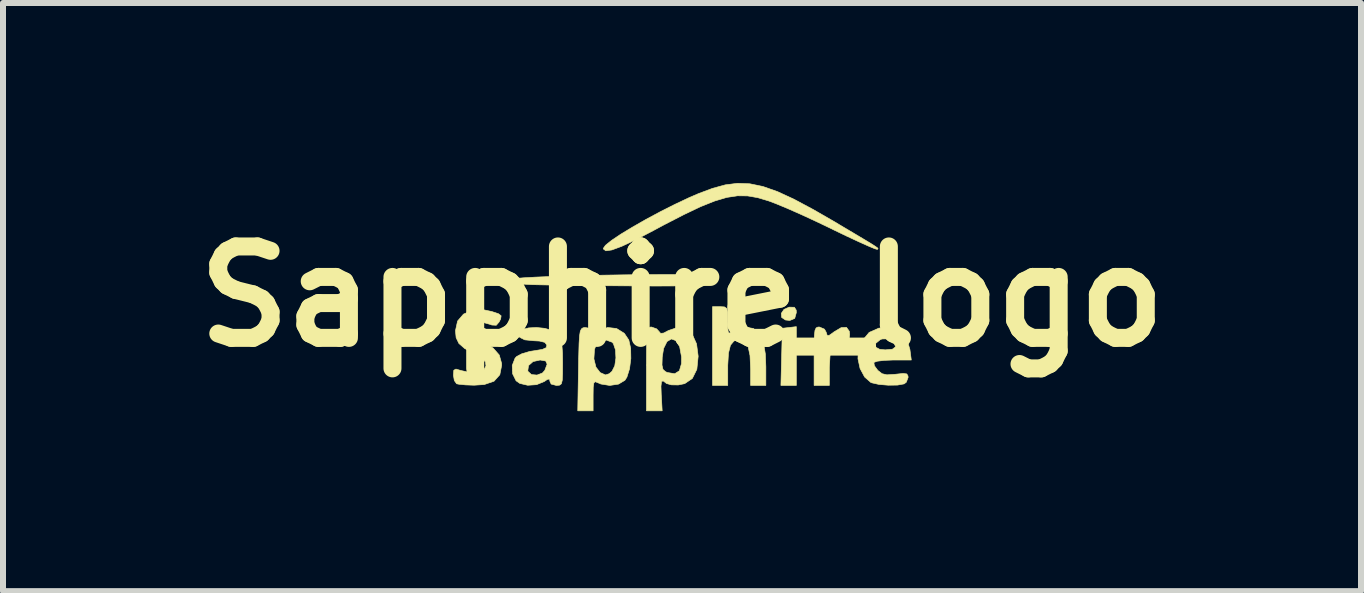
<source format=kicad_pcb>
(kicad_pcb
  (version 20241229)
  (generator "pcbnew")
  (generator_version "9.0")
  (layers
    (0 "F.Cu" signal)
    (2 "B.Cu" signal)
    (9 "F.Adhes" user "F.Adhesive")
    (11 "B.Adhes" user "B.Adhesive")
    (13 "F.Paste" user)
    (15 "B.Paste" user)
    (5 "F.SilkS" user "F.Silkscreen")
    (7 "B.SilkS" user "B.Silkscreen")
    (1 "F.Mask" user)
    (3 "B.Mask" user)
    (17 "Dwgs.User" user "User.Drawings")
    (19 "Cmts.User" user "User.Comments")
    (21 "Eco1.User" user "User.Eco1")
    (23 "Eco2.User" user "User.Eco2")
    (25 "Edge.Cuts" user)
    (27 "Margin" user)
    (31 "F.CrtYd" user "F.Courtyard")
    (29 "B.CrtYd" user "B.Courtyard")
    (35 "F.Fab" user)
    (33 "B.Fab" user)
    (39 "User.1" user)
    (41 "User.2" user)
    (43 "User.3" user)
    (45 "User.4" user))
  (footprint "Sapphire_logo"
    (layer "F.Cu")
    (at 8.317 1.892)
    (property "Reference" "Sapphire_logo" (at 0 0 0) (layer "F.SilkS") (effects (font (size 1.524 1.524) (thickness 0.3))))
    (attr through_hole)
    (fp_poly (pts (xy 1.905 1.482) (xy 1.648 1.482) (xy 1.672 0.529) (xy 1.789 0.516) (xy 1.905 0.502) (xy 1.905 1.482)) (stroke (width 0.01) (type solid)) (fill yes) (layer "F.SilkS"))
    (fp_poly (pts (xy 1.873 0.179) (xy 1.903 0.226) (xy 1.905 0.268) (xy 1.878 0.365) (xy 1.796 0.399) (xy 1.723 0.391) (xy 1.66 0.348) (xy 1.655 0.28) (xy 1.7 0.214) (xy 1.786 0.177) (xy 1.789 0.177) (xy 1.873 0.179)) (stroke (width 0.01) (type solid)) (fill yes) (layer "F.SilkS"))
    (fp_poly (pts (xy 2.374 0.544) (xy 2.401 0.592) (xy 2.419 0.647) (xy 2.45 0.649) (xy 2.52 0.6) (xy 2.529 0.592) (xy 2.653 0.518) (xy 2.741 0.514) (xy 2.788 0.579) (xy 2.794 0.635) (xy 2.782 0.726) (xy 2.734 0.759) (xy 2.691 0.762) (xy 2.579 0.783) (xy 2.507 0.853) (xy 2.467 0.983) (xy 2.455 1.184) (xy 2.455 1.188) (xy 2.455 1.482) (xy 2.201 1.482) (xy 2.201 0.995) (xy 2.202 0.786) (xy 2.206 0.647) (xy 2.216 0.564) (xy 2.235 0.523) (xy 2.265 0.509) (xy 2.29 0.508) (xy 2.374 0.544)) (stroke (width 0.01) (type solid)) (fill yes) (layer "F.SilkS"))
    (fp_poly (pts (xy 0.707 0.173) (xy 0.745 0.199) (xy 0.76 0.266) (xy 0.762 0.397) (xy 0.762 0.405) (xy 0.763 0.537) (xy 0.773 0.601) (xy 0.8 0.609) (xy 0.851 0.577) (xy 0.856 0.574) (xy 0.966 0.523) (xy 1.049 0.508) (xy 1.189 0.533) (xy 1.289 0.612) (xy 1.355 0.752) (xy 1.389 0.96) (xy 1.397 1.17) (xy 1.397 1.482) (xy 1.143 1.482) (xy 1.143 1.209) (xy 1.133 0.984) (xy 1.101 0.833) (xy 1.044 0.747) (xy 0.958 0.72) (xy 0.955 0.72) (xy 0.866 0.741) (xy 0.807 0.812) (xy 0.774 0.943) (xy 0.762 1.146) (xy 0.762 1.183) (xy 0.762 1.482) (xy 0.508 1.482) (xy 0.508 0.169) (xy 0.635 0.169) (xy 0.707 0.173)) (stroke (width 0.01) (type solid)) (fill yes) (layer "F.SilkS"))
    (fp_poly (pts (xy -0.133 -0.366) (xy 0.079 -0.363) (xy 0.234 -0.358) (xy 0.321 -0.35) (xy 0.334 -0.346) (xy 0.372 -0.277) (xy 0.367 -0.237) (xy 0.352 -0.218) (xy 0.319 -0.203) (xy 0.257 -0.191) (xy 0.158 -0.183) (xy 0.014 -0.178) (xy -0.185 -0.176) (xy -0.447 -0.175) (xy -0.781 -0.177) (xy -0.941 -0.178) (xy -1.278 -0.18) (xy -1.603 -0.183) (xy -1.901 -0.187) (xy -2.159 -0.191) (xy -2.363 -0.195) (xy -2.499 -0.198) (xy -2.519 -0.199) (xy -2.733 -0.212) (xy -2.875 -0.229) (xy -2.943 -0.249) (xy -2.933 -0.27) (xy -2.843 -0.291) (xy -2.773 -0.301) (xy -2.641 -0.312) (xy -2.449 -0.323) (xy -2.207 -0.333) (xy -1.929 -0.342) (xy -1.625 -0.35) (xy -1.307 -0.356) (xy -0.988 -0.361) (xy -0.677 -0.365) (xy -0.389 -0.366) (xy -0.133 -0.366)) (stroke (width 0.01) (type solid)) (fill yes) (layer "F.SilkS"))
    (fp_poly (pts (xy -3.171 0.25) (xy -3.059 0.287) (xy -3.015 0.321) (xy -3.023 0.374) (xy -3.049 0.425) (xy -3.096 0.479) (xy -3.17 0.475) (xy -3.2 0.464) (xy -3.333 0.427) (xy -3.427 0.442) (xy -3.491 0.491) (xy -3.529 0.565) (xy -3.492 0.64) (xy -3.376 0.722) (xy -3.326 0.749) (xy -3.149 0.858) (xy -3.046 0.975) (xy -3.007 1.114) (xy -3.006 1.147) (xy -3.037 1.304) (xy -3.133 1.411) (xy -3.296 1.467) (xy -3.466 1.478) (xy -3.607 1.473) (xy -3.717 1.462) (xy -3.757 1.454) (xy -3.795 1.4) (xy -3.81 1.311) (xy -3.804 1.229) (xy -3.768 1.209) (xy -3.686 1.233) (xy -3.53 1.267) (xy -3.394 1.259) (xy -3.299 1.214) (xy -3.268 1.156) (xy -3.276 1.091) (xy -3.331 1.033) (xy -3.449 0.964) (xy -3.461 0.958) (xy -3.623 0.866) (xy -3.719 0.782) (xy -3.765 0.686) (xy -3.776 0.57) (xy -3.741 0.409) (xy -3.642 0.293) (xy -3.492 0.228) (xy -3.302 0.222) (xy -3.171 0.25)) (stroke (width 0.01) (type solid)) (fill yes) (layer "F.SilkS"))
    (fp_poly (pts (xy -0.423 0.539) (xy -0.391 0.574) (xy -0.357 0.614) (xy -0.307 0.609) (xy -0.227 0.567) (xy -0.071 0.514) (xy 0.064 0.538) (xy 0.171 0.632) (xy 0.242 0.789) (xy 0.269 0.995) (xy 0.247 1.213) (xy 0.172 1.365) (xy 0.044 1.452) (xy -0.063 1.474) (xy -0.179 1.472) (xy -0.26 1.449) (xy -0.268 1.442) (xy -0.316 1.405) (xy -0.342 1.419) (xy -0.351 1.496) (xy -0.346 1.646) (xy -0.345 1.651) (xy -0.331 1.905) (xy -0.593 1.905) (xy -0.593 1.206) (xy -0.593 1.142) (xy -0.334 1.142) (xy -0.318 1.214) (xy -0.276 1.252) (xy -0.246 1.266) (xy -0.122 1.287) (xy -0.044 1.238) (xy -0.009 1.118) (xy -0.008 1.007) (xy -0.04 0.835) (xy -0.102 0.735) (xy -0.177 0.707) (xy -0.25 0.75) (xy -0.307 0.865) (xy -0.33 1.01) (xy -0.334 1.142) (xy -0.593 1.142) (xy -0.592 0.949) (xy -0.59 0.763) (xy -0.584 0.639) (xy -0.573 0.563) (xy -0.556 0.524) (xy -0.532 0.51) (xy -0.51 0.508) (xy -0.423 0.539)) (stroke (width 0.01) (type solid)) (fill yes) (layer "F.SilkS"))
    (fp_poly (pts (xy 3.636 0.585) (xy 3.745 0.706) (xy 3.798 0.883) (xy 3.821 1.058) (xy 3.522 1.058) (xy 3.37 1.064) (xy 3.255 1.078) (xy 3.198 1.098) (xy 3.197 1.099) (xy 3.206 1.154) (xy 3.262 1.23) (xy 3.263 1.231) (xy 3.333 1.286) (xy 3.414 1.305) (xy 3.541 1.297) (xy 3.561 1.295) (xy 3.685 1.282) (xy 3.746 1.29) (xy 3.766 1.324) (xy 3.768 1.349) (xy 3.737 1.429) (xy 3.701 1.456) (xy 3.591 1.476) (xy 3.438 1.478) (xy 3.282 1.465) (xy 3.162 1.438) (xy 3.145 1.431) (xy 3.043 1.341) (xy 2.967 1.199) (xy 2.932 1.037) (xy 2.936 0.942) (xy 2.968 0.842) (xy 3.223 0.842) (xy 3.295 0.88) (xy 3.387 0.889) (xy 3.506 0.878) (xy 3.554 0.842) (xy 3.556 0.827) (xy 3.52 0.751) (xy 3.435 0.706) (xy 3.333 0.707) (xy 3.302 0.72) (xy 3.223 0.784) (xy 3.223 0.842) (xy 2.968 0.842) (xy 3.002 0.739) (xy 3.119 0.598) (xy 3.282 0.526) (xy 3.469 0.524) (xy 3.636 0.585)) (stroke (width 0.01) (type solid)) (fill yes) (layer "F.SilkS"))
    (fp_poly (pts (xy -1.53 0.531) (xy -1.498 0.568) (xy -1.471 0.61) (xy -1.423 0.597) (xy -1.383 0.571) (xy -1.24 0.516) (xy -1.091 0.533) (xy -0.962 0.613) (xy -0.887 0.725) (xy -0.856 0.863) (xy -0.853 1.034) (xy -0.875 1.205) (xy -0.919 1.344) (xy -0.952 1.396) (xy -1.059 1.46) (xy -1.205 1.482) (xy -1.354 1.458) (xy -1.4 1.438) (xy -1.445 1.42) (xy -1.469 1.438) (xy -1.48 1.509) (xy -1.482 1.649) (xy -1.482 1.905) (xy -1.738 1.905) (xy -1.726 1.217) (xy -1.723 1.039) (xy -1.469 1.039) (xy -1.435 1.176) (xy -1.366 1.266) (xy -1.361 1.269) (xy -1.275 1.307) (xy -1.212 1.286) (xy -1.167 1.246) (xy -1.121 1.155) (xy -1.102 1.024) (xy -1.109 0.889) (xy -1.144 0.786) (xy -1.164 0.762) (xy -1.265 0.725) (xy -1.368 0.754) (xy -1.443 0.837) (xy -1.459 0.884) (xy -1.469 1.039) (xy -1.723 1.039) (xy -1.721 0.962) (xy -1.716 0.779) (xy -1.708 0.655) (xy -1.696 0.58) (xy -1.677 0.54) (xy -1.651 0.522) (xy -1.619 0.516) (xy -1.53 0.531)) (stroke (width 0.01) (type solid)) (fill yes) (layer "F.SilkS"))
    (fp_poly (pts (xy 1.13 -1.879) (xy 1.348 -1.834) (xy 1.59 -1.749) (xy 1.865 -1.622) (xy 2.185 -1.451) (xy 2.562 -1.234) (xy 2.624 -1.196) (xy 2.857 -1.058) (xy 3.028 -0.956) (xy 3.144 -0.886) (xy 3.216 -0.84) (xy 3.254 -0.814) (xy 3.267 -0.8) (xy 3.263 -0.792) (xy 3.254 -0.785) (xy 3.212 -0.797) (xy 3.106 -0.841) (xy 2.948 -0.912) (xy 2.75 -1.004) (xy 2.523 -1.113) (xy 2.496 -1.127) (xy 2.241 -1.249) (xy 1.988 -1.366) (xy 1.755 -1.469) (xy 1.562 -1.549) (xy 1.439 -1.595) (xy 1.261 -1.648) (xy 1.093 -1.677) (xy 0.925 -1.679) (xy 0.746 -1.652) (xy 0.544 -1.592) (xy 0.309 -1.498) (xy 0.03 -1.365) (xy -0.306 -1.192) (xy -0.477 -1.1) (xy -0.775 -0.944) (xy -1.005 -0.837) (xy -1.17 -0.776) (xy -1.271 -0.762) (xy -1.311 -0.793) (xy -1.312 -0.802) (xy -1.276 -0.854) (xy -1.175 -0.935) (xy -1.022 -1.038) (xy -0.827 -1.156) (xy -0.605 -1.283) (xy -0.365 -1.412) (xy -0.121 -1.535) (xy 0.116 -1.647) (xy 0.271 -1.714) (xy 0.506 -1.802) (xy 0.72 -1.861) (xy 0.925 -1.887) (xy 1.13 -1.879)) (stroke (width 0.01) (type solid)) (fill yes) (layer "F.SilkS"))
    (fp_poly (pts (xy -2.29 0.53) (xy -2.167 0.565) (xy -2.076 0.624) (xy -2.065 0.635) (xy -2.027 0.702) (xy -2.003 0.799) (xy -1.992 0.944) (xy -1.99 1.105) (xy -1.991 1.284) (xy -1.996 1.395) (xy -2.011 1.454) (xy -2.04 1.477) (xy -2.088 1.482) (xy -2.095 1.482) (xy -2.181 1.459) (xy -2.201 1.416) (xy -2.209 1.374) (xy -2.247 1.383) (xy -2.295 1.416) (xy -2.424 1.469) (xy -2.572 1.479) (xy -2.704 1.448) (xy -2.766 1.404) (xy -2.824 1.287) (xy -2.826 1.238) (xy -2.571 1.238) (xy -2.567 1.248) (xy -2.509 1.301) (xy -2.417 1.309) (xy -2.327 1.275) (xy -2.287 1.23) (xy -2.248 1.127) (xy -2.272 1.074) (xy -2.365 1.058) (xy -2.483 1.084) (xy -2.558 1.15) (xy -2.571 1.238) (xy -2.826 1.238) (xy -2.83 1.149) (xy -2.783 1.028) (xy -2.757 1) (xy -2.67 0.954) (xy -2.537 0.915) (xy -2.459 0.903) (xy -2.327 0.881) (xy -2.263 0.852) (xy -2.253 0.809) (xy -2.287 0.764) (xy -2.377 0.742) (xy -2.472 0.737) (xy -2.621 0.722) (xy -2.703 0.681) (xy -2.717 0.663) (xy -2.72 0.597) (xy -2.66 0.55) (xy -2.556 0.523) (xy -2.426 0.516) (xy -2.29 0.53)) (stroke (width 0.01) (type solid)) (fill yes) (layer "F.SilkS")))
  (gr_rect
    (start -3 -3)
    (end 19.633 6.802)
    (stroke (width 0.1) (type default))
    (fill no)
    (layer "Edge.Cuts")))
</source>
